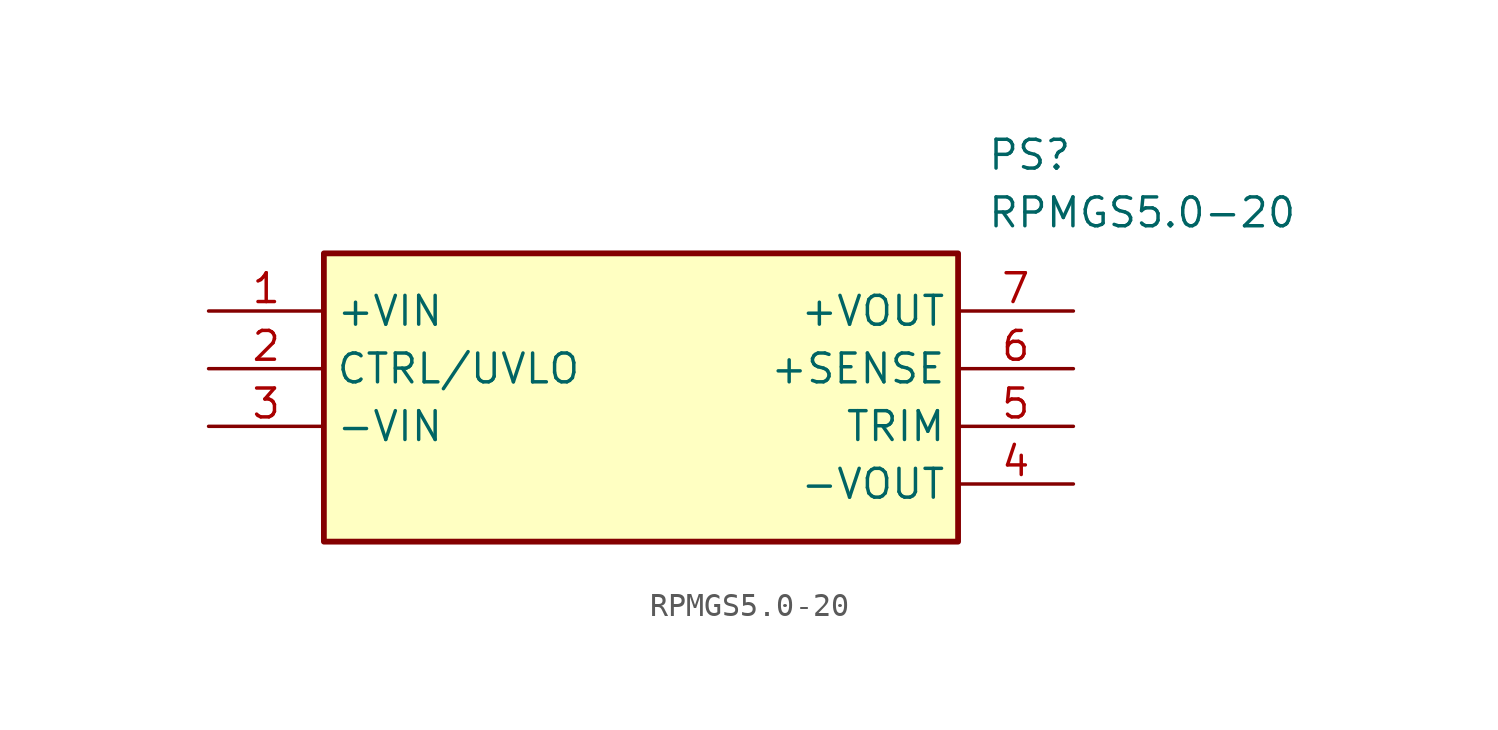
<source format=kicad_sym>
(kicad_symbol_lib
  (version 20231120)
  (generator "kicad_symbol_editor")
  (generator_version "8.0")
  (symbol "RPMGS5.0-20"
    (property "Reference" "PS"
      (at 34.29 7.62 0)
      (effects (font (size 1.27 1.27)) (justify left top)))
    (property "Value" "RPMGS5.0-20"
      (at 34.29 5.08 0)
      (effects (font (size 1.27 1.27)) (justify left top)))
    (symbol "RPMGS5.0-20_1_1"
      (rectangle (start 5.08 2.54) (end 33.02 -10.16) (stroke (width 0.254) (type default)) (fill (type background)))
      (pin passive line (at 0 0 0) (length 5.08) (name "+VIN" (effects (font (size 1.27 1.27)))) (number "1" (effects (font (size 1.27 1.27)))))
      (pin passive line (at 0 -2.54 0) (length 5.08) (name "CTRL/UVLO" (effects (font (size 1.27 1.27)))) (number "2" (effects (font (size 1.27 1.27)))))
      (pin passive line (at 0 -5.08 0) (length 5.08) (name "-VIN" (effects (font (size 1.27 1.27)))) (number "3" (effects (font (size 1.27 1.27)))))
      (pin passive line (at 38.1 -7.62 180) (length 5.08) (name "-VOUT" (effects (font (size 1.27 1.27)))) (number "4" (effects (font (size 1.27 1.27)))))
      (pin passive line (at 38.1 -5.08 180) (length 5.08) (name "TRIM" (effects (font (size 1.27 1.27)))) (number "5" (effects (font (size 1.27 1.27)))))
      (pin passive line (at 38.1 -2.54 180) (length 5.08) (name "+SENSE" (effects (font (size 1.27 1.27)))) (number "6" (effects (font (size 1.27 1.27)))))
      (pin power_out line (at 38.1 0 180) (length 5.08) (name "+VOUT" (effects (font (size 1.27 1.27)))) (number "7" (effects (font (size 1.27 1.27))))))))
</source>
